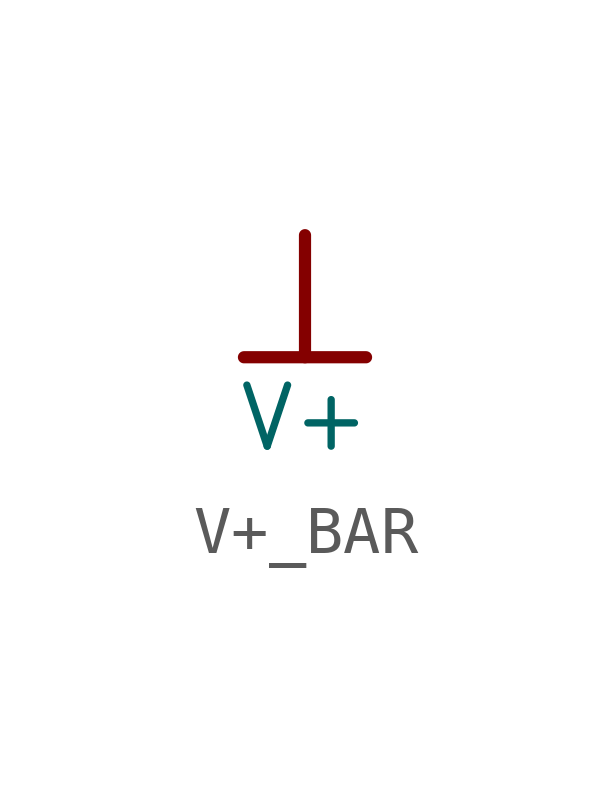
<source format=kicad_sym>
(kicad_symbol_lib
  (version 20241209)
  (generator "kicad_symbol_editor")
  (generator_version "9.0")
  (symbol "V+_BAR"
    (power)
    (property "Reference" "#PWR"
      (at 0 0 0)
      (effects (font (size 1.27 1.27)) (hide yes)))
    (property "Value" "V+"
      (at 0 -3.81 0)
      (effects (font (size 1.27 1.27))))
    (symbol "V+_BAR_0_0"
      (polyline (pts (xy -1.27 -2.54) (xy 1.27 -2.54)) (stroke (width 0.254) (type solid)) (fill (type none)))
      (polyline (pts (xy 0 0) (xy 0 -2.54)) (stroke (width 0.254) (type solid)) (fill (type none)))
      (pin power_in line (at 0 0 0) (length 0) (hide yes) (name "V+" (effects (font (size 1.27 1.27)))) (number "" (effects (font (size 1.27 1.27))))))))
</source>
